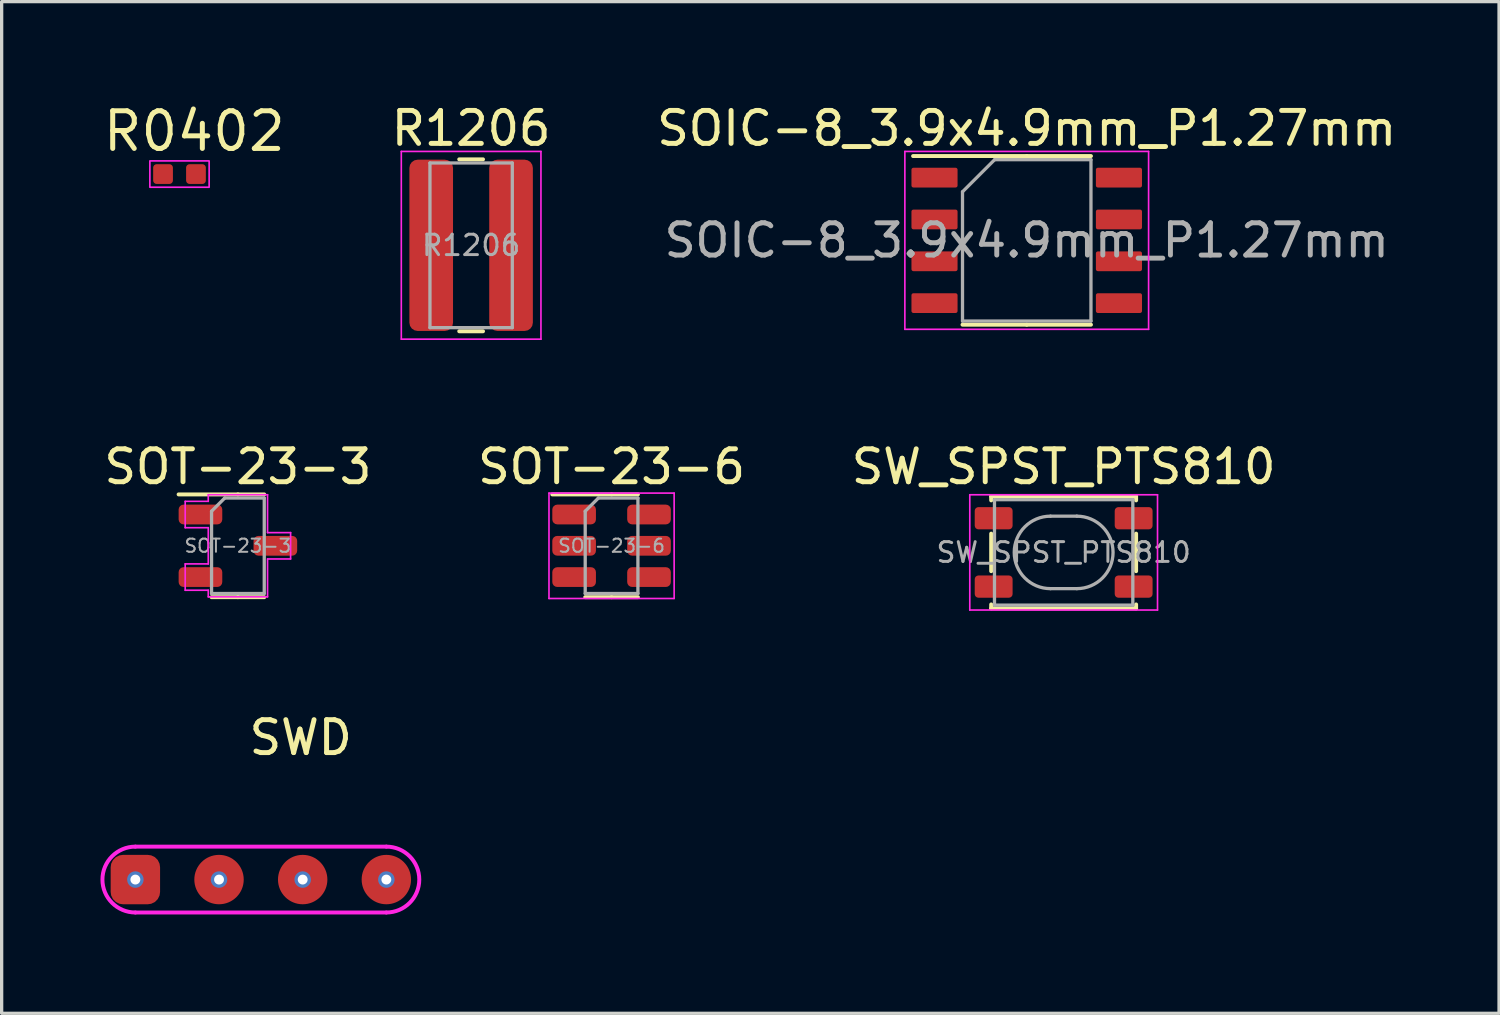
<source format=kicad_pcb>
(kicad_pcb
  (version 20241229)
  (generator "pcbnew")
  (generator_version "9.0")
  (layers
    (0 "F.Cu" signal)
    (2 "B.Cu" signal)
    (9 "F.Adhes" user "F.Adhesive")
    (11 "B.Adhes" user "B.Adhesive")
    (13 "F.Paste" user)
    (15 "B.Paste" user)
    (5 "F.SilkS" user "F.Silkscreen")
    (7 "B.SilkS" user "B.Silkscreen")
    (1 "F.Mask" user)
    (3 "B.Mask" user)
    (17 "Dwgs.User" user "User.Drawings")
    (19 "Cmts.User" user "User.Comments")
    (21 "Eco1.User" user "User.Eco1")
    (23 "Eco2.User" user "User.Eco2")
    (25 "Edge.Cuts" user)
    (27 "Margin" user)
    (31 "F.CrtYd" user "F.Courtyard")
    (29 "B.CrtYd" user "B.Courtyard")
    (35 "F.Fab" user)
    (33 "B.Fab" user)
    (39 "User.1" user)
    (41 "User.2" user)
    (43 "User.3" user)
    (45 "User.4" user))
  (footprint "R0402"
    (layer "F.Cu")
    (at 2.4 2.235)
    (property "Reference" "R0402" (at -2.4 -1.3 0) (layer "F.SilkS") (effects (font (size 1.143 1.143) (thickness 0.152)) (justify left)))
    (attr smd)
    (fp_rect (start -0.9 -0.4) (end 0.9 0.4) (stroke (width 0.05) (type solid)) (fill no) (layer "F.CrtYd"))
    (pad "1" smd roundrect (at -0.5 0) (size 0.6 0.6) (layers "F.Cu" "F.Mask" "F.Paste") (roundrect_rratio 0.175))
    (pad "2" smd roundrect (at 0.5 0) (size 0.6 0.6) (layers "F.Cu" "F.Mask" "F.Paste") (roundrect_rratio 0.175)))
  (footprint "R1206"
    (layer "F.Cu")
    (at 11.254 4.398)
    (property "Reference" "R1206" (at 0 -3.55 0) (layer "F.SilkS") (effects (font (size 1 1) (thickness 0.15))))
    (attr smd)
    (fp_line (start -0.361 -2.61) (end 0.361 -2.61) (stroke (width 0.12) (type solid)) (layer "F.SilkS"))
    (fp_line (start -0.361 2.61) (end 0.361 2.61) (stroke (width 0.12) (type solid)) (layer "F.SilkS"))
    (fp_line (start -2.12 -2.85) (end 2.12 -2.85) (stroke (width 0.05) (type solid)) (layer "F.CrtYd"))
    (fp_line (start -2.12 2.85) (end -2.12 -2.85) (stroke (width 0.05) (type solid)) (layer "F.CrtYd"))
    (fp_line (start 2.12 -2.85) (end 2.12 2.85) (stroke (width 0.05) (type solid)) (layer "F.CrtYd"))
    (fp_line (start 2.12 2.85) (end -2.12 2.85) (stroke (width 0.05) (type solid)) (layer "F.CrtYd"))
    (fp_line (start -1.25 -2.5) (end 1.25 -2.5) (stroke (width 0.1) (type solid)) (layer "F.Fab"))
    (fp_line (start -1.25 2.5) (end -1.25 -2.5) (stroke (width 0.1) (type solid)) (layer "F.Fab"))
    (fp_line (start 1.25 -2.5) (end 1.25 2.5) (stroke (width 0.1) (type solid)) (layer "F.Fab"))
    (fp_line (start 1.25 2.5) (end -1.25 2.5) (stroke (width 0.1) (type solid)) (layer "F.Fab"))
    (fp_text user "${REFERENCE}" (at 0 0 0) (layer "F.Fab") (effects (font (size 0.62 0.62) (thickness 0.09))))
    (pad "1" smd roundrect (at -1.212 0) (size 1.325 5.2) (layers "F.Cu" "F.Mask" "F.Paste") (roundrect_rratio 0.189))
    (pad "2" smd roundrect (at 1.212 0) (size 1.325 5.2) (layers "F.Cu" "F.Mask" "F.Paste") (roundrect_rratio 0.189)))
  (footprint "SOIC-8_3.9x4.9mm_P1.27mm"
    (layer "F.Cu")
    (at 28.123 4.248)
    (property "Reference" "SOIC-8_3.9x4.9mm_P1.27mm" (at 0 -3.4 0) (layer "F.SilkS") (effects (font (size 1 1) (thickness 0.15))))
    (attr smd)
    (fp_line (start 0 -2.56) (end -3.45 -2.56) (stroke (width 0.12) (type solid)) (layer "F.SilkS"))
    (fp_line (start 0 -2.56) (end 1.95 -2.56) (stroke (width 0.12) (type solid)) (layer "F.SilkS"))
    (fp_line (start 0 2.56) (end -1.95 2.56) (stroke (width 0.12) (type solid)) (layer "F.SilkS"))
    (fp_line (start 0 2.56) (end 1.95 2.56) (stroke (width 0.12) (type solid)) (layer "F.SilkS"))
    (fp_line (start -3.7 -2.7) (end -3.7 2.7) (stroke (width 0.05) (type solid)) (layer "F.CrtYd"))
    (fp_line (start -3.7 2.7) (end 3.7 2.7) (stroke (width 0.05) (type solid)) (layer "F.CrtYd"))
    (fp_line (start 3.7 -2.7) (end -3.7 -2.7) (stroke (width 0.05) (type solid)) (layer "F.CrtYd"))
    (fp_line (start 3.7 2.7) (end 3.7 -2.7) (stroke (width 0.05) (type solid)) (layer "F.CrtYd"))
    (fp_line (start -1.95 -1.475) (end -0.975 -2.45) (stroke (width 0.1) (type solid)) (layer "F.Fab"))
    (fp_line (start -1.95 2.45) (end -1.95 -1.475) (stroke (width 0.1) (type solid)) (layer "F.Fab"))
    (fp_line (start -0.975 -2.45) (end 1.95 -2.45) (stroke (width 0.1) (type solid)) (layer "F.Fab"))
    (fp_line (start 1.95 -2.45) (end 1.95 2.45) (stroke (width 0.1) (type solid)) (layer "F.Fab"))
    (fp_line (start 1.95 2.45) (end -1.95 2.45) (stroke (width 0.1) (type solid)) (layer "F.Fab"))
    (fp_text user "${REFERENCE}" (at 0 0 0) (layer "F.Fab") (effects (font (size 0.98 0.98) (thickness 0.15))))
    (pad "1" smd roundrect (at -2.8 -1.905) (size 1.4 0.6) (layers "F.Cu" "F.Mask" "F.Paste") (roundrect_rratio 0.1))
    (pad "2" smd roundrect (at -2.8 -0.635) (size 1.4 0.6) (layers "F.Cu" "F.Mask" "F.Paste") (roundrect_rratio 0.1))
    (pad "3" smd roundrect (at -2.8 0.635) (size 1.4 0.6) (layers "F.Cu" "F.Mask" "F.Paste") (roundrect_rratio 0.1))
    (pad "4" smd roundrect (at -2.8 1.905) (size 1.4 0.6) (layers "F.Cu" "F.Mask" "F.Paste") (roundrect_rratio 0.1))
    (pad "5" smd roundrect (at 2.8 1.905) (size 1.4 0.6) (layers "F.Cu" "F.Mask" "F.Paste") (roundrect_rratio 0.1))
    (pad "6" smd roundrect (at 2.8 0.635) (size 1.4 0.6) (layers "F.Cu" "F.Mask" "F.Paste") (roundrect_rratio 0.1))
    (pad "7" smd roundrect (at 2.8 -0.635) (size 1.4 0.6) (layers "F.Cu" "F.Mask" "F.Paste") (roundrect_rratio 0.1))
    (pad "8" smd roundrect (at 2.8 -1.905) (size 1.4 0.6) (layers "F.Cu" "F.Mask" "F.Paste") (roundrect_rratio 0.1)))
  (footprint "SOT-23-6"
    (layer "F.Cu")
    (at 15.518 13.521)
    (property "Reference" "SOT-23-6" (at 0 -2.4 0) (layer "F.SilkS") (effects (font (size 1 1) (thickness 0.15))))
    (attr smd)
    (fp_line (start 0 -1.56) (end -1.8 -1.56) (stroke (width 0.12) (type solid)) (layer "F.SilkS"))
    (fp_line (start 0 -1.56) (end 0.8 -1.56) (stroke (width 0.12) (type solid)) (layer "F.SilkS"))
    (fp_line (start 0 1.56) (end -0.8 1.56) (stroke (width 0.12) (type solid)) (layer "F.SilkS"))
    (fp_line (start 0 1.56) (end 0.8 1.56) (stroke (width 0.12) (type solid)) (layer "F.SilkS"))
    (fp_line (start -1.9 -1.6) (end -1.9 1.6) (stroke (width 0.05) (type solid)) (layer "F.CrtYd"))
    (fp_line (start -1.9 1.6) (end 1.9 1.6) (stroke (width 0.05) (type solid)) (layer "F.CrtYd"))
    (fp_line (start 1.9 -1.6) (end -1.9 -1.6) (stroke (width 0.05) (type solid)) (layer "F.CrtYd"))
    (fp_line (start 1.9 1.6) (end 1.9 -1.6) (stroke (width 0.05) (type solid)) (layer "F.CrtYd"))
    (fp_line (start -0.8 -1.05) (end -0.4 -1.45) (stroke (width 0.1) (type solid)) (layer "F.Fab"))
    (fp_line (start -0.8 1.45) (end -0.8 -1.05) (stroke (width 0.1) (type solid)) (layer "F.Fab"))
    (fp_line (start -0.4 -1.45) (end 0.8 -1.45) (stroke (width 0.1) (type solid)) (layer "F.Fab"))
    (fp_line (start 0.8 -1.45) (end 0.8 1.45) (stroke (width 0.1) (type solid)) (layer "F.Fab"))
    (fp_line (start 0.8 1.45) (end -0.8 1.45) (stroke (width 0.1) (type solid)) (layer "F.Fab"))
    (fp_text user "${REFERENCE}" (at 0 0 0) (layer "F.Fab") (effects (font (size 0.4 0.4) (thickness 0.06))))
    (pad "1" smd roundrect (at -1.137 -0.95) (size 1.325 0.6) (layers "F.Cu" "F.Mask" "F.Paste") (roundrect_rratio 0.25))
    (pad "2" smd roundrect (at -1.137 0) (size 1.325 0.6) (layers "F.Cu" "F.Mask" "F.Paste") (roundrect_rratio 0.25))
    (pad "3" smd roundrect (at -1.137 0.95) (size 1.325 0.6) (layers "F.Cu" "F.Mask" "F.Paste") (roundrect_rratio 0.25))
    (pad "4" smd roundrect (at 1.137 0.95) (size 1.325 0.6) (layers "F.Cu" "F.Mask" "F.Paste") (roundrect_rratio 0.25))
    (pad "5" smd roundrect (at 1.137 0) (size 1.325 0.6) (layers "F.Cu" "F.Mask" "F.Paste") (roundrect_rratio 0.25))
    (pad "6" smd roundrect (at 1.137 -0.95) (size 1.325 0.6) (layers "F.Cu" "F.Mask" "F.Paste") (roundrect_rratio 0.25)))
  (footprint "SWD"
    (layer "F.Cu")
    (at 4.87 23.655)
    (property "Reference" "SWD" (at 1.21 -4.31 0) (unlocked yes) (layer "F.SilkS") (effects (font (size 1 1) (thickness 0.15))))
    (fp_line (start -3.81 -1) (end 3.81 -1) (stroke (width 0.12) (type default)) (layer "F.CrtYd"))
    (fp_line (start 3.81 1) (end -3.81 1) (stroke (width 0.12) (type default)) (layer "F.CrtYd"))
    (fp_arc (start -3.81 1) (mid -4.81 0) (end -3.81 -1) (stroke (width 0.12) (type default)) (layer "F.CrtYd"))
    (fp_arc (start 3.81 -1) (mid 4.81 0) (end 3.81 1) (stroke (width 0.12) (type default)) (layer "F.CrtYd"))
    (pad "1" thru_hole circle (at -3.81 0) (size 0.5 0.5) (drill 0.3) (layers "*.Cu" "F.Mask"))
    (pad "1" smd roundrect (at -3.81 0) (size 1.5 1.5) (layers "F.Cu" "F.Mask") (roundrect_rratio 0.25))
    (pad "2" thru_hole circle (at -1.27 0) (size 0.5 0.5) (drill 0.3) (layers "*.Cu" "F.Mask"))
    (pad "2" smd circle (at -1.27 0) (size 1.5 1.5) (layers "F.Cu" "F.Mask"))
    (pad "3" thru_hole circle (at 1.27 0) (size 0.5 0.5) (drill 0.3) (layers "*.Cu" "F.Mask"))
    (pad "3" smd circle (at 1.27 0) (size 1.5 1.5) (layers "F.Cu" "F.Mask"))
    (pad "4" thru_hole circle (at 3.81 0) (size 0.5 0.5) (drill 0.3) (layers "*.Cu" "F.Mask"))
    (pad "4" smd circle (at 3.81 0) (size 1.5 1.5) (layers "F.Cu" "F.Mask")))
  (footprint "SW_SPST_PTS810"
    (layer "F.Cu")
    (at 29.244 13.722)
    (property "Reference" "SW_SPST_PTS810" (at 0 -2.6 0) (layer "F.SilkS") (effects (font (size 1 1) (thickness 0.15))))
    (attr smd)
    (fp_line (start -2.2 -1.7) (end -2.2 -1.58) (stroke (width 0.12) (type solid)) (layer "F.SilkS"))
    (fp_line (start -2.2 -0.57) (end -2.2 0.57) (stroke (width 0.12) (type solid)) (layer "F.SilkS"))
    (fp_line (start -2.2 1.58) (end -2.2 1.7) (stroke (width 0.12) (type solid)) (layer "F.SilkS"))
    (fp_line (start -2.2 1.7) (end 2.2 1.7) (stroke (width 0.12) (type solid)) (layer "F.SilkS"))
    (fp_line (start 2.2 -1.7) (end -2.2 -1.7) (stroke (width 0.12) (type solid)) (layer "F.SilkS"))
    (fp_line (start 2.2 -1.58) (end 2.2 -1.7) (stroke (width 0.12) (type solid)) (layer "F.SilkS"))
    (fp_line (start 2.2 0.57) (end 2.2 -0.57) (stroke (width 0.12) (type solid)) (layer "F.SilkS"))
    (fp_line (start 2.2 1.7) (end 2.2 1.58) (stroke (width 0.12) (type solid)) (layer "F.SilkS"))
    (fp_line (start -2.85 -1.75) (end 2.85 -1.75) (stroke (width 0.05) (type solid)) (layer "F.CrtYd"))
    (fp_line (start -2.85 1.75) (end -2.85 -1.75) (stroke (width 0.05) (type solid)) (layer "F.CrtYd"))
    (fp_line (start 2.85 -1.75) (end 2.85 1.75) (stroke (width 0.05) (type solid)) (layer "F.CrtYd"))
    (fp_line (start 2.85 1.75) (end -2.85 1.75) (stroke (width 0.05) (type solid)) (layer "F.CrtYd"))
    (fp_line (start -2.1 -1.6) (end -2.1 1.6) (stroke (width 0.1) (type solid)) (layer "F.Fab"))
    (fp_line (start -2.1 1.6) (end 2.1 1.6) (stroke (width 0.1) (type solid)) (layer "F.Fab"))
    (fp_line (start -0.4 -1.1) (end 0.4 -1.1) (stroke (width 0.1) (type solid)) (layer "F.Fab"))
    (fp_line (start 0.4 1.1) (end -0.4 1.1) (stroke (width 0.1) (type solid)) (layer "F.Fab"))
    (fp_line (start 2.1 -1.6) (end -2.1 -1.6) (stroke (width 0.1) (type solid)) (layer "F.Fab"))
    (fp_line (start 2.1 1.6) (end 2.1 -1.6) (stroke (width 0.1) (type solid)) (layer "F.Fab"))
    (fp_arc (start -0.4 1.1) (mid -1.5 0) (end -0.4 -1.1) (stroke (width 0.1) (type solid)) (layer "F.Fab"))
    (fp_arc (start 0.4 -1.1) (mid 1.5 0) (end 0.4 1.1) (stroke (width 0.1) (type solid)) (layer "F.Fab"))
    (fp_text user "${REFERENCE}" (at 0 0 0) (layer "F.Fab") (effects (font (size 0.6 0.6) (thickness 0.09))))
    (pad "1" smd roundrect (at -2.125 -1.038) (size 1.15 0.675) (layers "F.Cu" "F.Mask" "F.Paste") (roundrect_rratio 0.167))
    (pad "1" smd roundrect (at 2.125 -1.038) (size 1.15 0.675) (layers "F.Cu" "F.Mask" "F.Paste") (roundrect_rratio 0.167))
    (pad "2" smd roundrect (at -2.125 1.038) (size 1.15 0.675) (layers "F.Cu" "F.Mask" "F.Paste") (roundrect_rratio 0.167))
    (pad "2" smd roundrect (at 2.125 1.038) (size 1.15 0.675) (layers "F.Cu" "F.Mask" "F.Paste") (roundrect_rratio 0.167)))
  (footprint "SOT-23-3"
    (layer "F.Cu")
    (at 4.173 13.521)
    (property "Reference" "SOT-23-3" (at 0 -2.4 0) (layer "F.SilkS") (effects (font (size 1 1) (thickness 0.15))))
    (attr smd)
    (fp_line (start 0 -1.56) (end -1.8 -1.56) (stroke (width 0.12) (type solid)) (layer "F.SilkS"))
    (fp_line (start 0 -1.56) (end 0.8 -1.56) (stroke (width 0.12) (type solid)) (layer "F.SilkS"))
    (fp_line (start 0 1.56) (end -0.8 1.56) (stroke (width 0.12) (type solid)) (layer "F.SilkS"))
    (fp_line (start 0 1.56) (end 0.8 1.56) (stroke (width 0.12) (type solid)) (layer "F.SilkS"))
    (fp_line (start -1.6 -1.35) (end -1.6 -0.55) (stroke (width 0.05) (type default)) (layer "F.CrtYd"))
    (fp_line (start -1.6 -0.55) (end -0.9 -0.55) (stroke (width 0.05) (type default)) (layer "F.CrtYd"))
    (fp_line (start -1.6 0.55) (end -1.6 1.35) (stroke (width 0.05) (type default)) (layer "F.CrtYd"))
    (fp_line (start -1.6 1.35) (end -0.9 1.35) (stroke (width 0.05) (type default)) (layer "F.CrtYd"))
    (fp_line (start -0.9 -1.55) (end -0.9 -1.35) (stroke (width 0.05) (type default)) (layer "F.CrtYd"))
    (fp_line (start -0.9 -1.35) (end -1.6 -1.35) (stroke (width 0.05) (type default)) (layer "F.CrtYd"))
    (fp_line (start -0.9 -0.55) (end -0.9 0.55) (stroke (width 0.05) (type default)) (layer "F.CrtYd"))
    (fp_line (start -0.9 0.55) (end -1.6 0.55) (stroke (width 0.05) (type default)) (layer "F.CrtYd"))
    (fp_line (start -0.9 1.35) (end -0.9 1.55) (stroke (width 0.05) (type default)) (layer "F.CrtYd"))
    (fp_line (start -0.9 1.55) (end 0.9 1.55) (stroke (width 0.05) (type default)) (layer "F.CrtYd"))
    (fp_line (start 0.9 -1.55) (end -0.9 -1.55) (stroke (width 0.05) (type default)) (layer "F.CrtYd"))
    (fp_line (start 0.9 -0.4) (end 0.9 -1.55) (stroke (width 0.05) (type default)) (layer "F.CrtYd"))
    (fp_line (start 0.9 0.4) (end 1.6 0.4) (stroke (width 0.05) (type default)) (layer "F.CrtYd"))
    (fp_line (start 0.9 1.55) (end 0.9 0.4) (stroke (width 0.05) (type default)) (layer "F.CrtYd"))
    (fp_line (start 1.6 -0.4) (end 0.9 -0.4) (stroke (width 0.05) (type default)) (layer "F.CrtYd"))
    (fp_line (start 1.6 0.4) (end 1.6 -0.4) (stroke (width 0.05) (type default)) (layer "F.CrtYd"))
    (fp_line (start -0.8 -1.05) (end -0.4 -1.45) (stroke (width 0.1) (type solid)) (layer "F.Fab"))
    (fp_line (start -0.8 1.45) (end -0.8 -1.05) (stroke (width 0.1) (type solid)) (layer "F.Fab"))
    (fp_line (start -0.4 -1.45) (end 0.8 -1.45) (stroke (width 0.1) (type solid)) (layer "F.Fab"))
    (fp_line (start 0.8 -1.45) (end 0.8 1.45) (stroke (width 0.1) (type solid)) (layer "F.Fab"))
    (fp_line (start 0.8 1.45) (end -0.8 1.45) (stroke (width 0.1) (type solid)) (layer "F.Fab"))
    (fp_text user "${REFERENCE}" (at 0 0 0) (layer "F.Fab") (effects (font (size 0.4 0.4) (thickness 0.06))))
    (pad "1" smd roundrect (at -1.137 -0.95) (size 1.325 0.6) (layers "F.Cu" "F.Mask" "F.Paste") (roundrect_rratio 0.25))
    (pad "2" smd roundrect (at -1.137 0.95) (size 1.325 0.6) (layers "F.Cu" "F.Mask" "F.Paste") (roundrect_rratio 0.25))
    (pad "3" smd roundrect (at 1.137 0) (size 1.325 0.6) (layers "F.Cu" "F.Mask" "F.Paste") (roundrect_rratio 0.25)))
  (gr_rect
    (start -3 -3)
    (end 42.463 27.715)
    (stroke (width 0.1) (type default))
    (fill no)
    (layer "Edge.Cuts")))
</source>
